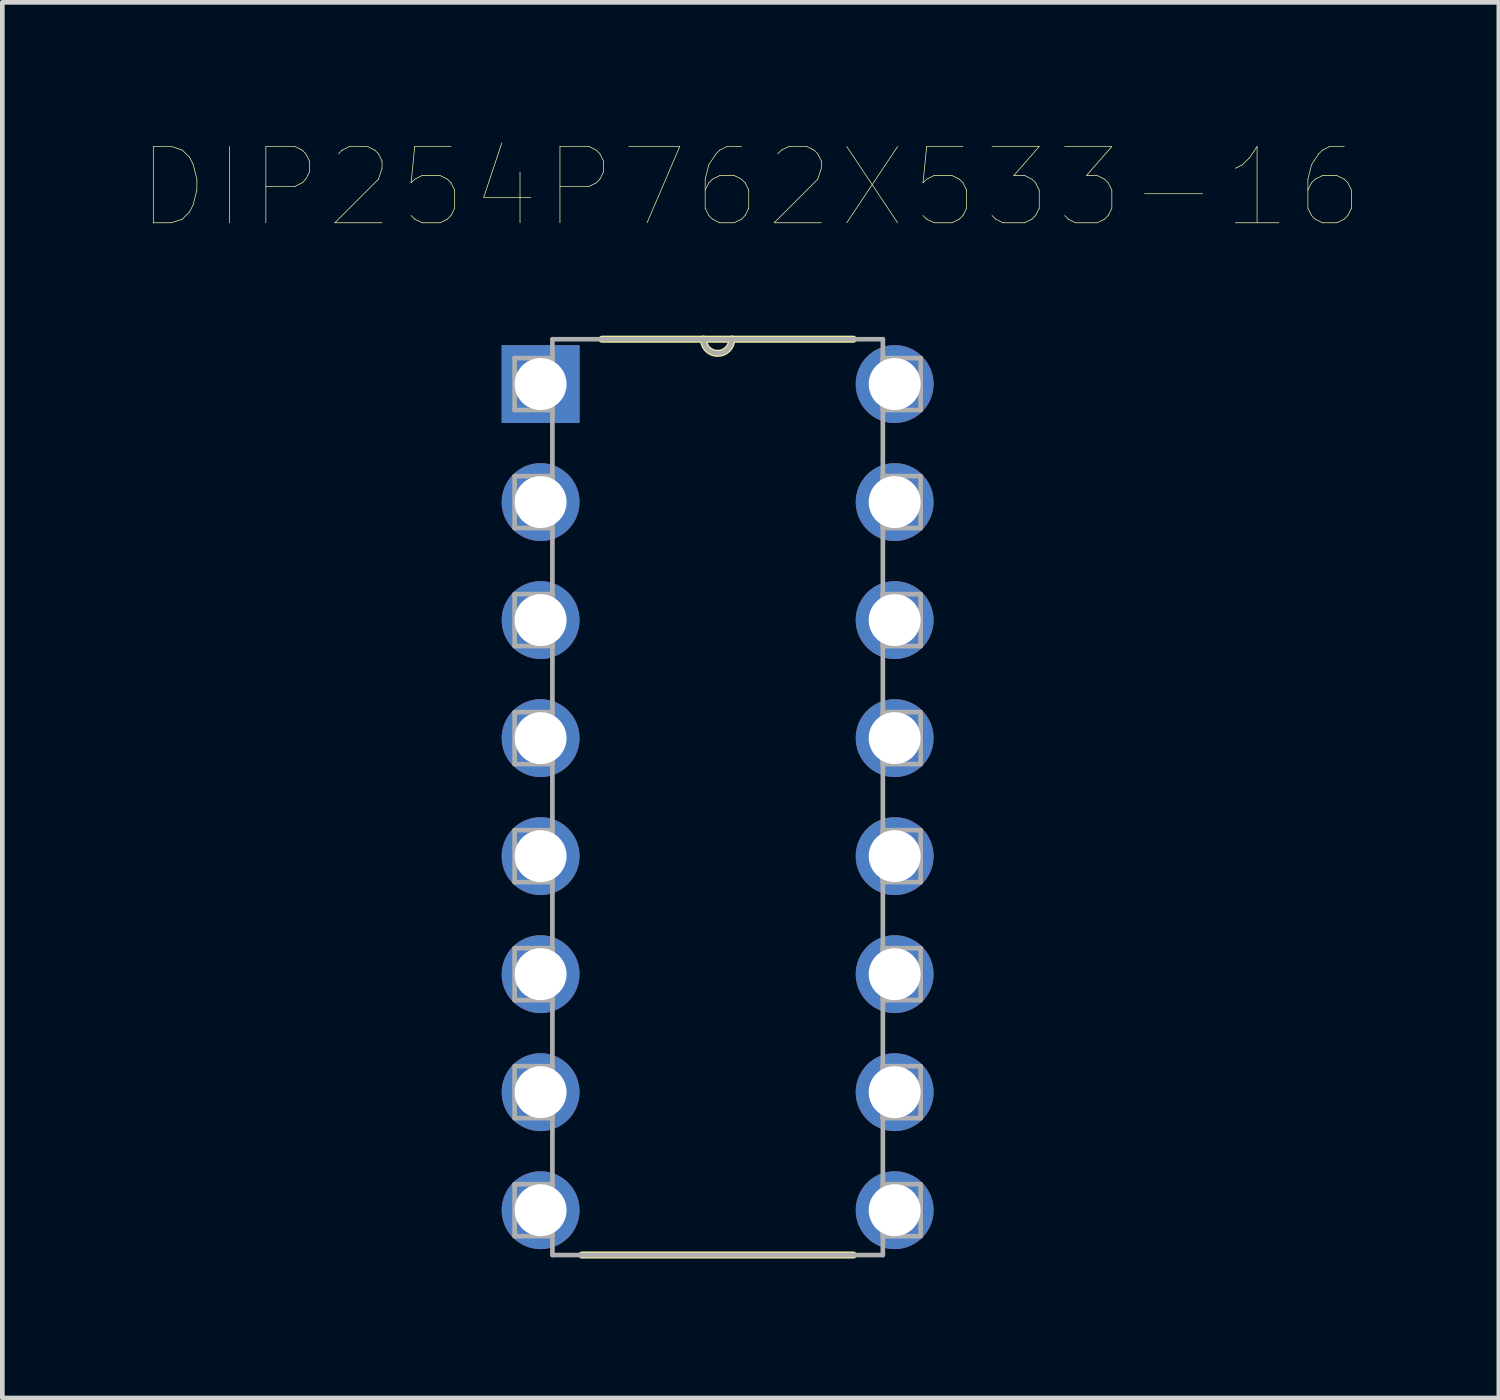
<source format=kicad_pcb>
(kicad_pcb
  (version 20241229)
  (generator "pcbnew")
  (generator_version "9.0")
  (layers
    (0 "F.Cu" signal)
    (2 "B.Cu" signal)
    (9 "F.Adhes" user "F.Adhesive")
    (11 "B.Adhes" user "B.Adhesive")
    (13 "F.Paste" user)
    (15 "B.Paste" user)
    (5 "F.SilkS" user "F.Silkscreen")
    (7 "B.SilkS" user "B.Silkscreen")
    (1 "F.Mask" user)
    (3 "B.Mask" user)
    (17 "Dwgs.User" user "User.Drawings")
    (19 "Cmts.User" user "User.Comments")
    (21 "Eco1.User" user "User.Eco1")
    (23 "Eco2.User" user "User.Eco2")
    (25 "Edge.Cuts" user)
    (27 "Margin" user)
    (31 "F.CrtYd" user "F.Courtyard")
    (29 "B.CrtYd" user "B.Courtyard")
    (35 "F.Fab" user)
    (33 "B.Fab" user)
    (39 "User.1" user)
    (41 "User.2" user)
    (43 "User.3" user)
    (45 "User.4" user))
  (footprint "DIP254P762X533-16"
    (layer "F.Cu")
    (at 16.205 22.996)
    (property "Reference" "DIP254P762X533-16" (at -3.101 -22.01 0) (layer "F.SilkS") (effects (font (size 1.641 1.641) (thickness 0.015))))
    (attr through_hole)
    (fp_line (start -6.731 0.965) (end -0.889 0.965) (stroke (width 0.152) (type solid)) (layer "F.SilkS"))
    (fp_line (start -4.115 -18.745) (end -6.299 -18.745) (stroke (width 0.152) (type solid)) (layer "F.SilkS"))
    (fp_line (start -3.505 -18.745) (end -4.115 -18.745) (stroke (width 0.152) (type solid)) (layer "F.SilkS"))
    (fp_line (start -0.889 -18.745) (end -3.505 -18.745) (stroke (width 0.152) (type solid)) (layer "F.SilkS"))
    (fp_arc (start -3.5052 -18.7452) (mid -3.81 -18.4404) (end -4.1148 -18.7452) (stroke (width 0.1524) (type solid)) (layer "F.SilkS"))
    (fp_line (start -8.179 -18.339) (end -8.179 -17.221) (stroke (width 0.1) (type solid)) (layer "F.Fab"))
    (fp_line (start -8.179 -17.221) (end -7.366 -17.221) (stroke (width 0.1) (type solid)) (layer "F.Fab"))
    (fp_line (start -8.179 -15.799) (end -8.179 -14.681) (stroke (width 0.1) (type solid)) (layer "F.Fab"))
    (fp_line (start -8.179 -14.681) (end -7.366 -14.681) (stroke (width 0.1) (type solid)) (layer "F.Fab"))
    (fp_line (start -8.179 -13.259) (end -8.179 -12.141) (stroke (width 0.1) (type solid)) (layer "F.Fab"))
    (fp_line (start -8.179 -12.141) (end -7.366 -12.141) (stroke (width 0.1) (type solid)) (layer "F.Fab"))
    (fp_line (start -8.179 -10.719) (end -8.179 -9.601) (stroke (width 0.1) (type solid)) (layer "F.Fab"))
    (fp_line (start -8.179 -9.601) (end -7.366 -9.601) (stroke (width 0.1) (type solid)) (layer "F.Fab"))
    (fp_line (start -8.179 -8.179) (end -8.179 -7.061) (stroke (width 0.1) (type solid)) (layer "F.Fab"))
    (fp_line (start -8.179 -7.061) (end -7.366 -7.061) (stroke (width 0.1) (type solid)) (layer "F.Fab"))
    (fp_line (start -8.179 -5.639) (end -8.179 -4.521) (stroke (width 0.1) (type solid)) (layer "F.Fab"))
    (fp_line (start -8.179 -4.521) (end -7.366 -4.521) (stroke (width 0.1) (type solid)) (layer "F.Fab"))
    (fp_line (start -8.179 -3.099) (end -8.179 -1.981) (stroke (width 0.1) (type solid)) (layer "F.Fab"))
    (fp_line (start -8.179 -1.981) (end -7.366 -1.981) (stroke (width 0.1) (type solid)) (layer "F.Fab"))
    (fp_line (start -8.179 -0.559) (end -8.179 0.559) (stroke (width 0.1) (type solid)) (layer "F.Fab"))
    (fp_line (start -8.179 0.559) (end -7.366 0.559) (stroke (width 0.1) (type solid)) (layer "F.Fab"))
    (fp_line (start -7.366 -18.745) (end -7.366 0.965) (stroke (width 0.1) (type solid)) (layer "F.Fab"))
    (fp_line (start -7.366 -18.339) (end -8.179 -18.339) (stroke (width 0.1) (type solid)) (layer "F.Fab"))
    (fp_line (start -7.366 -17.221) (end -7.366 -18.339) (stroke (width 0.1) (type solid)) (layer "F.Fab"))
    (fp_line (start -7.366 -15.799) (end -8.179 -15.799) (stroke (width 0.1) (type solid)) (layer "F.Fab"))
    (fp_line (start -7.366 -14.681) (end -7.366 -15.799) (stroke (width 0.1) (type solid)) (layer "F.Fab"))
    (fp_line (start -7.366 -13.259) (end -8.179 -13.259) (stroke (width 0.1) (type solid)) (layer "F.Fab"))
    (fp_line (start -7.366 -12.141) (end -7.366 -13.259) (stroke (width 0.1) (type solid)) (layer "F.Fab"))
    (fp_line (start -7.366 -10.719) (end -8.179 -10.719) (stroke (width 0.1) (type solid)) (layer "F.Fab"))
    (fp_line (start -7.366 -9.601) (end -7.366 -10.719) (stroke (width 0.1) (type solid)) (layer "F.Fab"))
    (fp_line (start -7.366 -8.179) (end -8.179 -8.179) (stroke (width 0.1) (type solid)) (layer "F.Fab"))
    (fp_line (start -7.366 -7.061) (end -7.366 -8.179) (stroke (width 0.1) (type solid)) (layer "F.Fab"))
    (fp_line (start -7.366 -5.639) (end -8.179 -5.639) (stroke (width 0.1) (type solid)) (layer "F.Fab"))
    (fp_line (start -7.366 -4.521) (end -7.366 -5.639) (stroke (width 0.1) (type solid)) (layer "F.Fab"))
    (fp_line (start -7.366 -3.099) (end -8.179 -3.099) (stroke (width 0.1) (type solid)) (layer "F.Fab"))
    (fp_line (start -7.366 -1.981) (end -7.366 -3.099) (stroke (width 0.1) (type solid)) (layer "F.Fab"))
    (fp_line (start -7.366 -0.559) (end -8.179 -0.559) (stroke (width 0.1) (type solid)) (layer "F.Fab"))
    (fp_line (start -7.366 0.559) (end -7.366 -0.559) (stroke (width 0.1) (type solid)) (layer "F.Fab"))
    (fp_line (start -7.366 0.965) (end -0.254 0.965) (stroke (width 0.1) (type solid)) (layer "F.Fab"))
    (fp_line (start -4.115 -18.745) (end -7.366 -18.745) (stroke (width 0.1) (type solid)) (layer "F.Fab"))
    (fp_line (start -3.505 -18.745) (end -4.115 -18.745) (stroke (width 0.1) (type solid)) (layer "F.Fab"))
    (fp_line (start -0.254 -18.745) (end -3.505 -18.745) (stroke (width 0.1) (type solid)) (layer "F.Fab"))
    (fp_line (start -0.254 -18.339) (end -0.254 -17.221) (stroke (width 0.1) (type solid)) (layer "F.Fab"))
    (fp_line (start -0.254 -17.221) (end 0.559 -17.221) (stroke (width 0.1) (type solid)) (layer "F.Fab"))
    (fp_line (start -0.254 -15.799) (end -0.254 -14.681) (stroke (width 0.1) (type solid)) (layer "F.Fab"))
    (fp_line (start -0.254 -14.681) (end 0.559 -14.681) (stroke (width 0.1) (type solid)) (layer "F.Fab"))
    (fp_line (start -0.254 -13.259) (end -0.254 -12.141) (stroke (width 0.1) (type solid)) (layer "F.Fab"))
    (fp_line (start -0.254 -12.141) (end 0.559 -12.141) (stroke (width 0.1) (type solid)) (layer "F.Fab"))
    (fp_line (start -0.254 -10.719) (end -0.254 -9.601) (stroke (width 0.1) (type solid)) (layer "F.Fab"))
    (fp_line (start -0.254 -9.601) (end 0.559 -9.601) (stroke (width 0.1) (type solid)) (layer "F.Fab"))
    (fp_line (start -0.254 -8.179) (end -0.254 -7.061) (stroke (width 0.1) (type solid)) (layer "F.Fab"))
    (fp_line (start -0.254 -7.061) (end 0.559 -7.061) (stroke (width 0.1) (type solid)) (layer "F.Fab"))
    (fp_line (start -0.254 -5.639) (end -0.254 -4.521) (stroke (width 0.1) (type solid)) (layer "F.Fab"))
    (fp_line (start -0.254 -4.521) (end 0.559 -4.521) (stroke (width 0.1) (type solid)) (layer "F.Fab"))
    (fp_line (start -0.254 -3.099) (end -0.254 -1.981) (stroke (width 0.1) (type solid)) (layer "F.Fab"))
    (fp_line (start -0.254 -1.981) (end 0.559 -1.981) (stroke (width 0.1) (type solid)) (layer "F.Fab"))
    (fp_line (start -0.254 -0.559) (end -0.254 0.559) (stroke (width 0.1) (type solid)) (layer "F.Fab"))
    (fp_line (start -0.254 0.559) (end 0.559 0.559) (stroke (width 0.1) (type solid)) (layer "F.Fab"))
    (fp_line (start -0.254 0.965) (end -0.254 -18.745) (stroke (width 0.1) (type solid)) (layer "F.Fab"))
    (fp_line (start 0.559 -18.339) (end -0.254 -18.339) (stroke (width 0.1) (type solid)) (layer "F.Fab"))
    (fp_line (start 0.559 -17.221) (end 0.559 -18.339) (stroke (width 0.1) (type solid)) (layer "F.Fab"))
    (fp_line (start 0.559 -15.799) (end -0.254 -15.799) (stroke (width 0.1) (type solid)) (layer "F.Fab"))
    (fp_line (start 0.559 -14.681) (end 0.559 -15.799) (stroke (width 0.1) (type solid)) (layer "F.Fab"))
    (fp_line (start 0.559 -13.259) (end -0.254 -13.259) (stroke (width 0.1) (type solid)) (layer "F.Fab"))
    (fp_line (start 0.559 -12.141) (end 0.559 -13.259) (stroke (width 0.1) (type solid)) (layer "F.Fab"))
    (fp_line (start 0.559 -10.719) (end -0.254 -10.719) (stroke (width 0.1) (type solid)) (layer "F.Fab"))
    (fp_line (start 0.559 -9.601) (end 0.559 -10.719) (stroke (width 0.1) (type solid)) (layer "F.Fab"))
    (fp_line (start 0.559 -8.179) (end -0.254 -8.179) (stroke (width 0.1) (type solid)) (layer "F.Fab"))
    (fp_line (start 0.559 -7.061) (end 0.559 -8.179) (stroke (width 0.1) (type solid)) (layer "F.Fab"))
    (fp_line (start 0.559 -5.639) (end -0.254 -5.639) (stroke (width 0.1) (type solid)) (layer "F.Fab"))
    (fp_line (start 0.559 -4.521) (end 0.559 -5.639) (stroke (width 0.1) (type solid)) (layer "F.Fab"))
    (fp_line (start 0.559 -3.099) (end -0.254 -3.099) (stroke (width 0.1) (type solid)) (layer "F.Fab"))
    (fp_line (start 0.559 -1.981) (end 0.559 -3.099) (stroke (width 0.1) (type solid)) (layer "F.Fab"))
    (fp_line (start 0.559 -0.559) (end -0.254 -0.559) (stroke (width 0.1) (type solid)) (layer "F.Fab"))
    (fp_line (start 0.559 0.559) (end 0.559 -0.559) (stroke (width 0.1) (type solid)) (layer "F.Fab"))
    (fp_arc (start -3.5052 -18.7452) (mid -3.81 -18.4404) (end -4.1148 -18.7452) (stroke (width 0.1) (type solid)) (layer "F.Fab"))
    (pad "1" thru_hole rect (at -7.62 -17.78) (size 1.676 1.676) (drill 1.118) (layers "*.Cu" "*.Mask"))
    (pad "2" thru_hole circle (at -7.62 -15.24) (size 1.676 1.676) (drill 1.118) (layers "*.Cu" "*.Mask"))
    (pad "3" thru_hole circle (at -7.62 -12.7) (size 1.676 1.676) (drill 1.118) (layers "*.Cu" "*.Mask"))
    (pad "4" thru_hole circle (at -7.62 -10.16) (size 1.676 1.676) (drill 1.118) (layers "*.Cu" "*.Mask"))
    (pad "5" thru_hole circle (at -7.62 -7.62) (size 1.676 1.676) (drill 1.118) (layers "*.Cu" "*.Mask"))
    (pad "6" thru_hole circle (at -7.62 -5.08) (size 1.676 1.676) (drill 1.118) (layers "*.Cu" "*.Mask"))
    (pad "7" thru_hole circle (at -7.62 -2.54) (size 1.676 1.676) (drill 1.118) (layers "*.Cu" "*.Mask"))
    (pad "8" thru_hole circle (at -7.62 0) (size 1.676 1.676) (drill 1.118) (layers "*.Cu" "*.Mask"))
    (pad "9" thru_hole circle (at 0 0) (size 1.676 1.676) (drill 1.118) (layers "*.Cu" "*.Mask"))
    (pad "10" thru_hole circle (at 0 -2.54) (size 1.676 1.676) (drill 1.118) (layers "*.Cu" "*.Mask"))
    (pad "11" thru_hole circle (at 0 -5.08) (size 1.676 1.676) (drill 1.118) (layers "*.Cu" "*.Mask"))
    (pad "12" thru_hole circle (at 0 -7.62) (size 1.676 1.676) (drill 1.118) (layers "*.Cu" "*.Mask"))
    (pad "13" thru_hole circle (at 0 -10.16) (size 1.676 1.676) (drill 1.118) (layers "*.Cu" "*.Mask"))
    (pad "14" thru_hole circle (at 0 -12.7) (size 1.676 1.676) (drill 1.118) (layers "*.Cu" "*.Mask"))
    (pad "15" thru_hole circle (at 0 -15.24) (size 1.676 1.676) (drill 1.118) (layers "*.Cu" "*.Mask"))
    (pad "16" thru_hole circle (at 0 -17.78) (size 1.676 1.676) (drill 1.118) (layers "*.Cu" "*.Mask")))
  (gr_rect
    (start -3 -3)
    (end 29.208 27.038)
    (stroke (width 0.1) (type default))
    (fill no)
    (layer "Edge.Cuts")))
</source>
